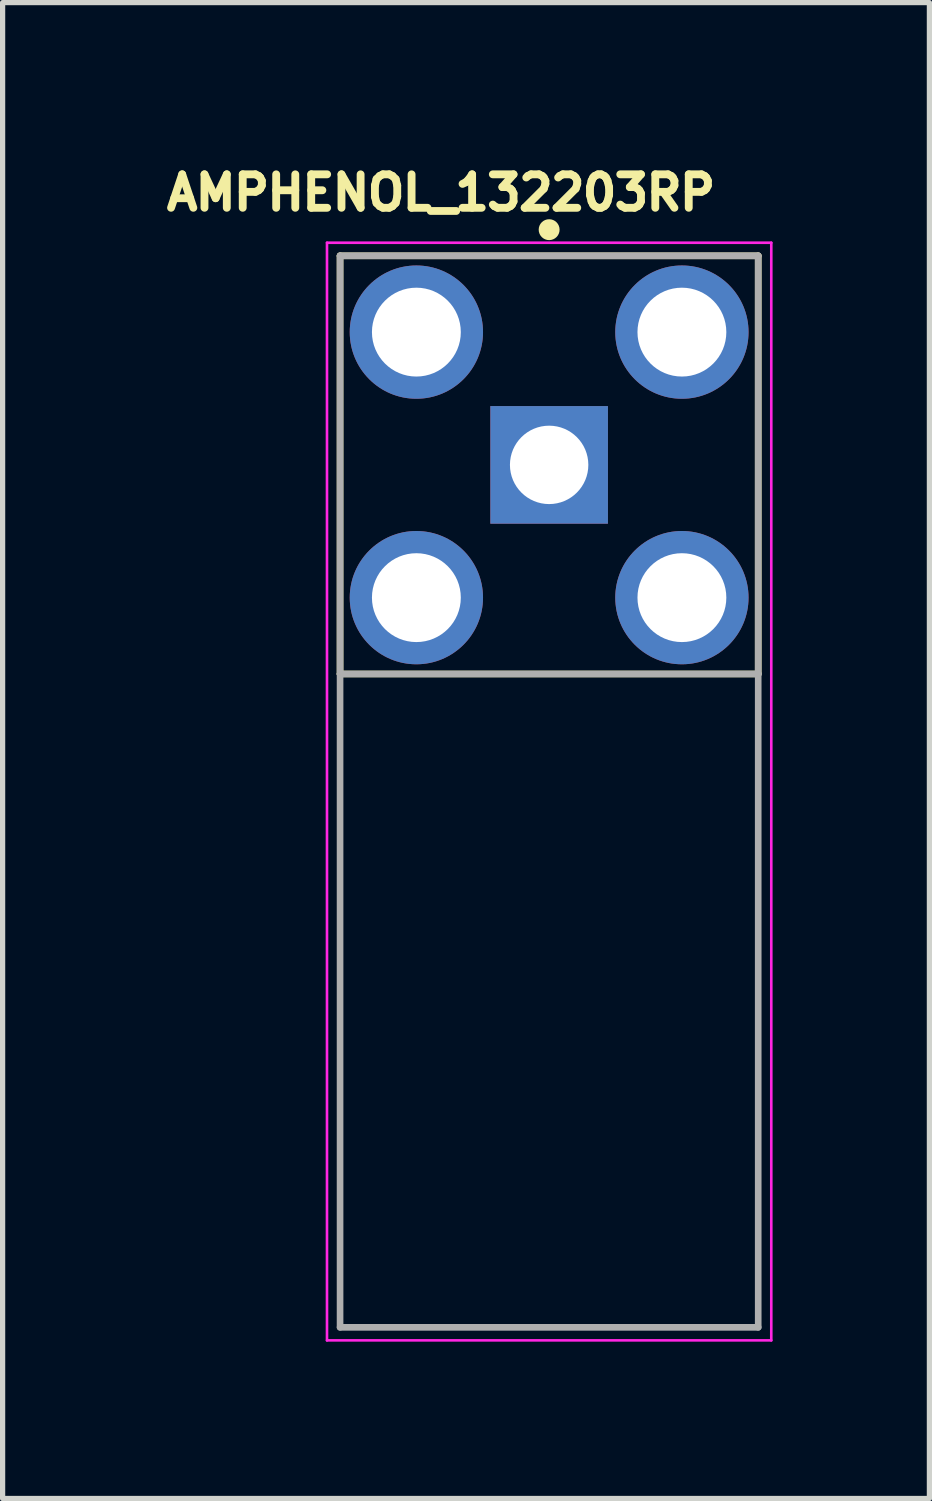
<source format=kicad_pcb>
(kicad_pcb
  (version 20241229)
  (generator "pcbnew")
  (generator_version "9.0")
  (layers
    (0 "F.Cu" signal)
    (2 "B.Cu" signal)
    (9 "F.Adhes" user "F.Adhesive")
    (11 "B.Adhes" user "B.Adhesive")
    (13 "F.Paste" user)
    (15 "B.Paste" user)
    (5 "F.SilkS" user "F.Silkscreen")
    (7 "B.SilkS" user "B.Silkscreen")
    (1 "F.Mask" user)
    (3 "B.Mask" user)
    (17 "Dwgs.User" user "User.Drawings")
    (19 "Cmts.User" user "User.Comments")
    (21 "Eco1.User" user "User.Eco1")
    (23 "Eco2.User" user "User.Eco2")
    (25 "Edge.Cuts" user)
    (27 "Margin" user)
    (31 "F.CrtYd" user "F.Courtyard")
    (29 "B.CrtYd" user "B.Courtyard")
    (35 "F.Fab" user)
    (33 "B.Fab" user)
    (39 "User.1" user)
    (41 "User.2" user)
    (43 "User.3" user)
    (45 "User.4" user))
  (footprint "AMPHENOL_132203RP"
    (layer "F.Cu")
    (at 7.456 5.844)
    (property "Reference" "AMPHENOL_132203RP" (at -2.068 -5.207 0) (layer "F.SilkS") (effects (font (size 0.64 0.64) (thickness 0.15))))
    (attr through_hole)
    (fp_line (start -4 -4) (end 4 -4) (stroke (width 0.127) (type solid)) (layer "F.SilkS"))
    (fp_line (start -4 4) (end -4 -4) (stroke (width 0.127) (type solid)) (layer "F.SilkS"))
    (fp_line (start 4 -4) (end 4 4) (stroke (width 0.127) (type solid)) (layer "F.SilkS"))
    (fp_line (start 4 4) (end -4 4) (stroke (width 0.127) (type solid)) (layer "F.SilkS"))
    (fp_circle (center 0 -4.5) (end 0.1 -4.5) (stroke (width 0.2) (type solid)) (fill no) (layer "F.SilkS"))
    (fp_line (start -4.25 -4.25) (end 4.25 -4.25) (stroke (width 0.05) (type solid)) (layer "F.CrtYd"))
    (fp_line (start -4.25 16.75) (end -4.25 -4.25) (stroke (width 0.05) (type solid)) (layer "F.CrtYd"))
    (fp_line (start 4.25 -4.25) (end 4.25 16.75) (stroke (width 0.05) (type solid)) (layer "F.CrtYd"))
    (fp_line (start 4.25 16.75) (end -4.25 16.75) (stroke (width 0.05) (type solid)) (layer "F.CrtYd"))
    (fp_line (start -4 -4) (end 4 -4) (stroke (width 0.127) (type solid)) (layer "F.Fab"))
    (fp_line (start -4 4) (end -4 -4) (stroke (width 0.127) (type solid)) (layer "F.Fab"))
    (fp_line (start -4 4) (end -4 16.5) (stroke (width 0.127) (type solid)) (layer "F.Fab"))
    (fp_line (start -4 16.5) (end 4 16.5) (stroke (width 0.127) (type solid)) (layer "F.Fab"))
    (fp_line (start 4 -4) (end 4 4) (stroke (width 0.127) (type solid)) (layer "F.Fab"))
    (fp_line (start 4 4) (end -4 4) (stroke (width 0.127) (type solid)) (layer "F.Fab"))
    (fp_line (start 4 16.5) (end 4 4) (stroke (width 0.127) (type solid)) (layer "F.Fab"))
    (pad "1" thru_hole rect (at 0 0) (size 2.25 2.25) (drill 1.5) (layers "*.Cu" "*.Mask"))
    (pad "2" thru_hole circle (at -2.54 -2.54) (size 2.55 2.55) (drill 1.7) (layers "*.Cu" "*.Mask"))
    (pad "3" thru_hole circle (at 2.54 -2.54) (size 2.55 2.55) (drill 1.7) (layers "*.Cu" "*.Mask"))
    (pad "4" thru_hole circle (at 2.54 2.54) (size 2.55 2.55) (drill 1.7) (layers "*.Cu" "*.Mask"))
    (pad "5" thru_hole circle (at -2.54 2.54) (size 2.55 2.55) (drill 1.7) (layers "*.Cu" "*.Mask")))
  (gr_rect
    (start -3 -3)
    (end 14.731 25.619)
    (stroke (width 0.1) (type default))
    (fill no)
    (layer "Edge.Cuts")))
</source>
